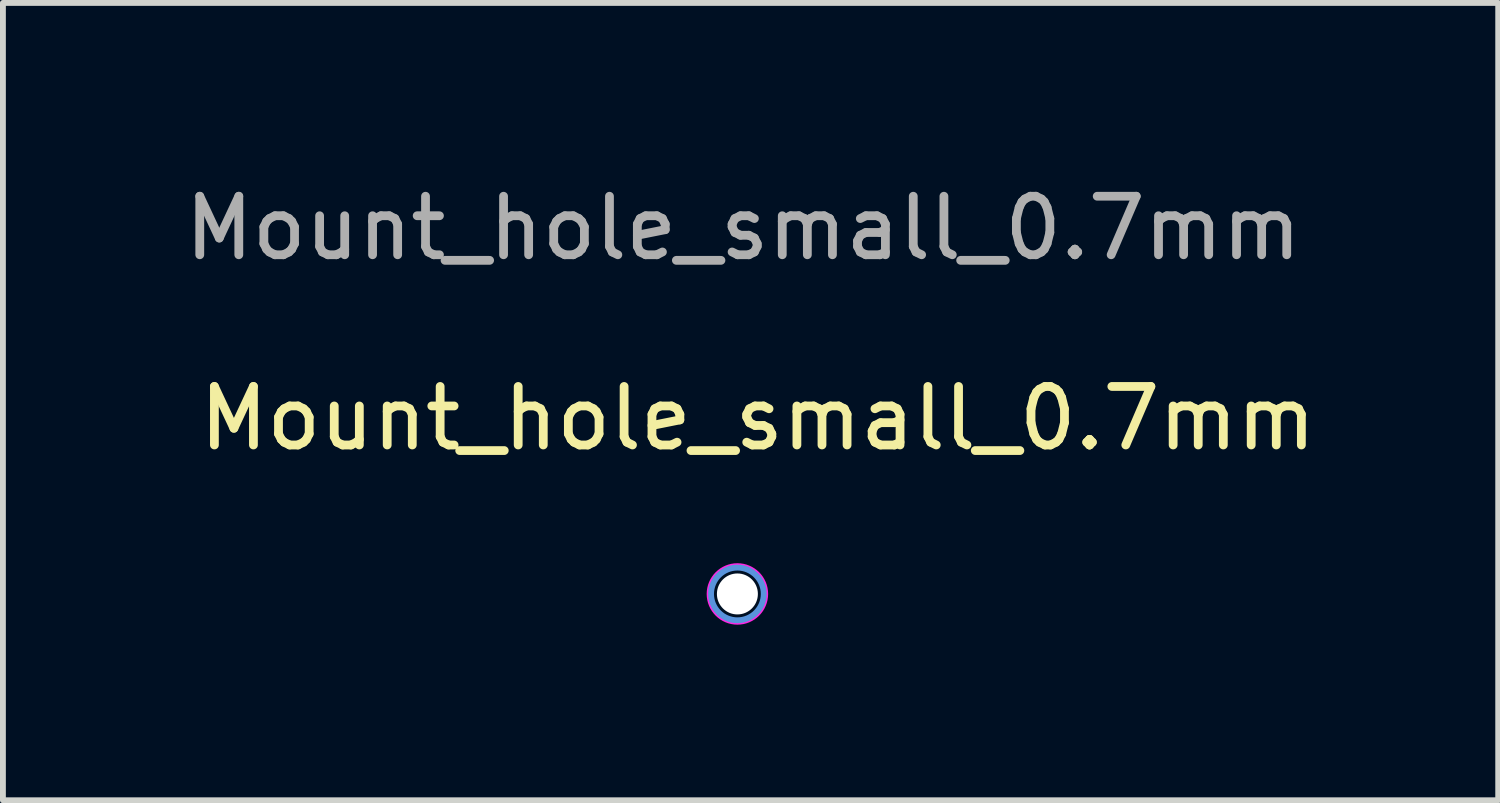
<source format=kicad_pcb>
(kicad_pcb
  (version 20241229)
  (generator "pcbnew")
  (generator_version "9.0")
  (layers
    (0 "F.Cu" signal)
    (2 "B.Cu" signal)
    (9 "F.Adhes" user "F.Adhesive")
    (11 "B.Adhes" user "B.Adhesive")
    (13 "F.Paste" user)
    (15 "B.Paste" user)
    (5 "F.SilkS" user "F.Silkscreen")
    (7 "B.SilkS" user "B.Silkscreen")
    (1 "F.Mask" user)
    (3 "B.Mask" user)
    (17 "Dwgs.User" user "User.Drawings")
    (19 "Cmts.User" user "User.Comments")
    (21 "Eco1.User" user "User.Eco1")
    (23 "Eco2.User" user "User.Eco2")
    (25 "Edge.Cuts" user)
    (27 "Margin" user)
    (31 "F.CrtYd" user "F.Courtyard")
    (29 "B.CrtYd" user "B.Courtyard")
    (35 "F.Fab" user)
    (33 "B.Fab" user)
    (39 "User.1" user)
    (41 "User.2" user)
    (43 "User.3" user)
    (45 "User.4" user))
  (footprint "Mount_hole_small_0.7mm"
    (layer "F.Cu")
    (at 9.649 7.098)
    (property "Reference" "Mount_hole_small_0.7mm" (at 0.25 -3 0) (unlocked yes) (layer "F.SilkS") (effects (font (size 1 1) (thickness 0.15))))
    (attr smd)
    (fp_circle (center -0.1 0) (end 0.35 0) (stroke (width 0.1) (type solid)) (fill no) (layer "Cmts.User"))
    (fp_circle (center -0.1 0) (end 0.4 0) (stroke (width 0.05) (type solid)) (fill no) (layer "F.CrtYd"))
    (fp_text user "${REFERENCE}" (at 0 -6.25 0) (layer "F.Fab") (effects (font (size 1 1) (thickness 0.15))))
    (pad "" np_thru_hole circle (at -0.1 0) (size 0.7 0.7) (drill 0.7) (layers "*.Cu" "*.Mask")))
  (gr_rect
    (start -3 -3)
    (end 22.548 10.623)
    (stroke (width 0.1) (type default))
    (fill no)
    (layer "Edge.Cuts")))
</source>
